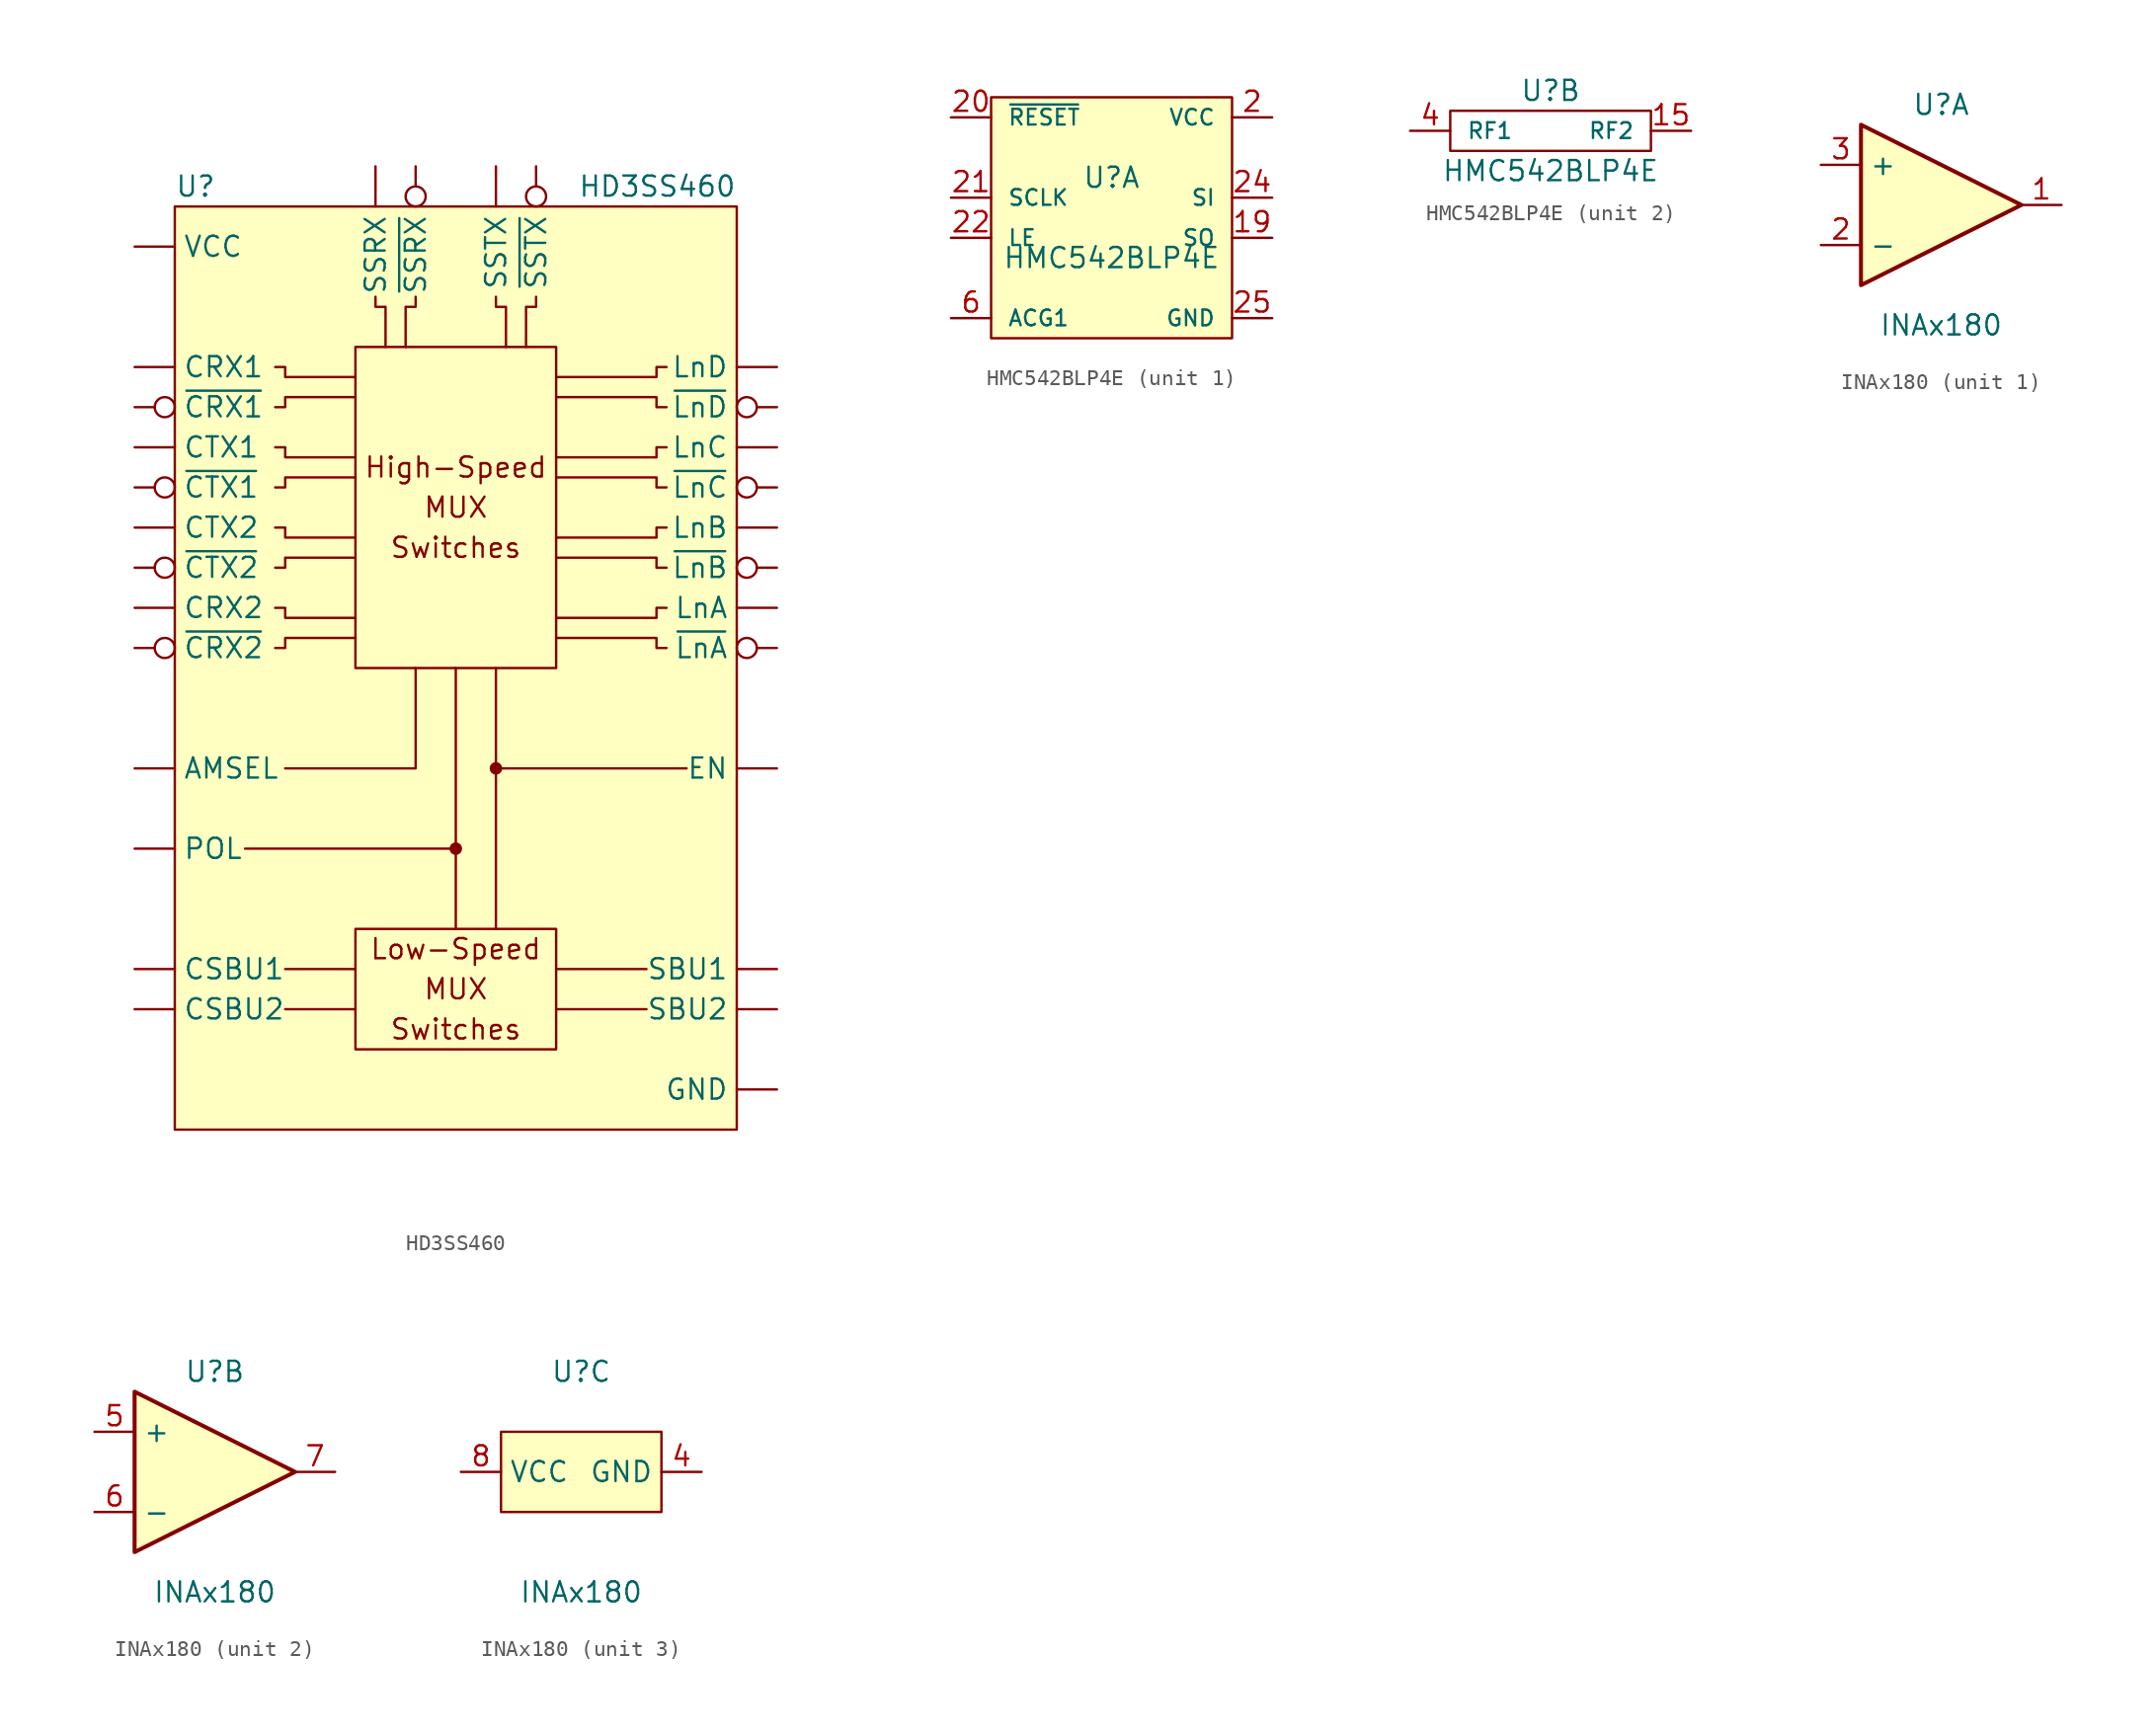
<source format=kicad_sym>
(kicad_symbol_lib
  (version 20211014)
  (generator kicad_symbol_editor)
  (symbol "HD3SS460"
    (pin_numbers hide)
    (property "Reference" "U"
      (at -17.78 29.21 0)
      (effects (font (size 1.27 1.27)) (justify left)))
    (property "Value" "HD3SS460"
      (at 17.78 29.21 0)
      (effects (font (size 1.27 1.27)) (justify right)))
    (symbol "HD3SS460_0_0"
      (rectangle (start -17.78 27.94) (end 17.78 -30.48) (stroke (width 0.152) (type default) (color 0 0 0 0)) (fill (type background)))
      (rectangle (start -6.35 -17.78) (end 6.35 -25.4) (stroke (width 0.152) (type default) (color 0 0 0 0)) (fill (type none)))
      (rectangle (start -6.35 19.05) (end 6.35 -1.27) (stroke (width 0.152) (type default) (color 0 0 0 0)) (fill (type none)))
      (circle (center 0 -12.7) (radius 0.0001) (stroke (width 0.4) (type default) (color 0 0 0 0)) (fill (type none)))
      (polyline (pts (xy -10.795 -22.86) (xy -6.35 -22.86)) (stroke (width 0.152) (type default) (color 0 0 0 0)) (fill (type none)))
      (polyline (pts (xy -10.795 -20.32) (xy -6.35 -20.32)) (stroke (width 0.152) (type default) (color 0 0 0 0)) (fill (type none)))
      (polyline (pts (xy 0 -12.7) (xy 0 -17.78)) (stroke (width 0.152) (type default) (color 0 0 0 0)) (fill (type none)))
      (polyline (pts (xy 2.54 -7.62) (xy 2.54 -17.78)) (stroke (width 0.152) (type default) (color 0 0 0 0)) (fill (type none)))
      (polyline (pts (xy 6.35 -20.32) (xy 12.065 -20.32)) (stroke (width 0.152) (type default) (color 0 0 0 0)) (fill (type none)))
      (polyline (pts (xy 12.065 -22.86) (xy 6.35 -22.86)) (stroke (width 0.152) (type default) (color 0 0 0 0)) (fill (type none)))
      (polyline (pts (xy -10.795 -7.62) (xy -2.54 -7.62) (xy -2.54 -1.27)) (stroke (width 0.152) (type default) (color 0 0 0 0)) (fill (type none)))
      (polyline (pts (xy 0 -1.27) (xy 0 -12.7) (xy -13.335 -12.7)) (stroke (width 0.152) (type default) (color 0 0 0 0)) (fill (type none)))
      (polyline (pts (xy 2.54 -1.27) (xy 2.54 -7.62) (xy 14.605 -7.62)) (stroke (width 0.152) (type default) (color 0 0 0 0)) (fill (type none)))
      (polyline (pts (xy -11.43 0) (xy -10.795 0) (xy -10.795 0.635) (xy -6.35 0.635)) (stroke (width 0.152) (type default) (color 0 0 0 0)) (fill (type none)))
      (polyline (pts (xy -11.43 2.54) (xy -10.795 2.54) (xy -10.795 1.905) (xy -6.35 1.905)) (stroke (width 0.152) (type default) (color 0 0 0 0)) (fill (type none)))
      (polyline (pts (xy -11.43 5.08) (xy -10.795 5.08) (xy -10.795 5.715) (xy -6.35 5.715)) (stroke (width 0.152) (type default) (color 0 0 0 0)) (fill (type none)))
      (polyline (pts (xy -11.43 7.62) (xy -10.795 7.62) (xy -10.795 6.985) (xy -6.35 6.985)) (stroke (width 0.152) (type default) (color 0 0 0 0)) (fill (type none)))
      (polyline (pts (xy -11.43 10.16) (xy -10.795 10.16) (xy -10.795 10.795) (xy -6.35 10.795)) (stroke (width 0.152) (type default) (color 0 0 0 0)) (fill (type none)))
      (polyline (pts (xy -11.43 12.7) (xy -10.795 12.7) (xy -10.795 12.065) (xy -6.35 12.065)) (stroke (width 0.152) (type default) (color 0 0 0 0)) (fill (type none)))
      (polyline (pts (xy -11.43 15.24) (xy -10.795 15.24) (xy -10.795 15.875) (xy -6.35 15.875)) (stroke (width 0.152) (type default) (color 0 0 0 0)) (fill (type none)))
      (polyline (pts (xy -11.43 17.78) (xy -10.795 17.78) (xy -10.795 17.145) (xy -6.35 17.145)) (stroke (width 0.152) (type default) (color 0 0 0 0)) (fill (type none)))
      (polyline (pts (xy -5.08 22.225) (xy -5.08 21.59) (xy -4.445 21.59) (xy -4.445 19.05)) (stroke (width 0.152) (type default) (color 0 0 0 0)) (fill (type none)))
      (polyline (pts (xy -2.54 22.225) (xy -2.54 21.59) (xy -3.175 21.59) (xy -3.175 19.05)) (stroke (width 0.152) (type default) (color 0 0 0 0)) (fill (type none)))
      (polyline (pts (xy 2.54 22.225) (xy 2.54 21.59) (xy 3.175 21.59) (xy 3.175 19.05)) (stroke (width 0.152) (type default) (color 0 0 0 0)) (fill (type none)))
      (polyline (pts (xy 5.08 22.225) (xy 5.08 21.59) (xy 4.445 21.59) (xy 4.445 19.05)) (stroke (width 0.152) (type default) (color 0 0 0 0)) (fill (type none)))
      (polyline (pts (xy 13.335 0) (xy 12.7 0) (xy 12.7 0.635) (xy 6.35 0.635)) (stroke (width 0.152) (type default) (color 0 0 0 0)) (fill (type none)))
      (polyline (pts (xy 13.335 2.54) (xy 12.7 2.54) (xy 12.7 1.905) (xy 6.35 1.905)) (stroke (width 0.152) (type default) (color 0 0 0 0)) (fill (type none)))
      (polyline (pts (xy 13.335 5.08) (xy 12.7 5.08) (xy 12.7 5.715) (xy 6.35 5.715)) (stroke (width 0.152) (type default) (color 0 0 0 0)) (fill (type none)))
      (polyline (pts (xy 13.335 7.62) (xy 12.7 7.62) (xy 12.7 6.985) (xy 6.35 6.985)) (stroke (width 0.152) (type default) (color 0 0 0 0)) (fill (type none)))
      (polyline (pts (xy 13.335 10.16) (xy 12.7 10.16) (xy 12.7 10.795) (xy 6.35 10.795)) (stroke (width 0.152) (type default) (color 0 0 0 0)) (fill (type none)))
      (polyline (pts (xy 13.335 12.7) (xy 12.7 12.7) (xy 12.7 12.065) (xy 6.35 12.065)) (stroke (width 0.152) (type default) (color 0 0 0 0)) (fill (type none)))
      (polyline (pts (xy 13.335 15.24) (xy 12.7 15.24) (xy 12.7 15.875) (xy 6.35 15.875)) (stroke (width 0.152) (type default) (color 0 0 0 0)) (fill (type none)))
      (polyline (pts (xy 13.335 17.78) (xy 12.7 17.78) (xy 12.7 17.145) (xy 6.35 17.145)) (stroke (width 0.152) (type default) (color 0 0 0 0)) (fill (type none)))
      (circle (center 2.54 -7.62) (radius 0.0001) (stroke (width 0.4) (type default) (color 0 0 0 0)) (fill (type none)))
      (text "High-Speed" (at 0 11.43 0) (effects (font (size 1.27 1.27))))
      (text "Low-Speed" (at 0 -19.05 0) (effects (font (size 1.27 1.27))))
      (text "MUX" (at 0 -21.59 0) (effects (font (size 1.27 1.27))))
      (text "MUX" (at 0 8.89 0) (effects (font (size 1.27 1.27))))
      (text "Switches" (at 0 -24.13 0) (effects (font (size 1.27 1.27))))
      (text "Switches" (at 0 6.35 0) (effects (font (size 1.27 1.27)))))
    (symbol "HD3SS460_1_1"
      (pin input line (at -20.32 17.78 0) (length 2.54) (name "CRX1" (effects (font (size 1.27 1.27)))) (number "1" (effects (font (size 1.27 1.27)))))
      (pin output inverted (at -20.32 0 0) (length 2.54) (name "~{CRX2}" (effects (font (size 1.27 1.27)))) (number "10" (effects (font (size 1.27 1.27)))))
      (pin bidirectional line (at -20.32 -20.32 0) (length 2.54) (name "CSBU1" (effects (font (size 1.27 1.27)))) (number "11" (effects (font (size 1.27 1.27)))))
      (pin bidirectional line (at -20.32 -22.86 0) (length 2.54) (name "CSBU2" (effects (font (size 1.27 1.27)))) (number "12" (effects (font (size 1.27 1.27)))))
      (pin bidirectional line (at 20.32 -20.32 180) (length 2.54) (name "SBU1" (effects (font (size 1.27 1.27)))) (number "13" (effects (font (size 1.27 1.27)))))
      (pin bidirectional line (at 20.32 -22.86 180) (length 2.54) (name "SBU2" (effects (font (size 1.27 1.27)))) (number "14" (effects (font (size 1.27 1.27)))))
      (pin passive inverted (at 20.32 0 180) (length 2.54) (name "~{LnA}" (effects (font (size 1.27 1.27)))) (number "15" (effects (font (size 1.27 1.27)))))
      (pin passive line (at 20.32 2.54 180) (length 2.54) (name "LnA" (effects (font (size 1.27 1.27)))) (number "16" (effects (font (size 1.27 1.27)))))
      (pin input line (at 20.32 -7.62 180) (length 2.54) (name "EN" (effects (font (size 1.27 1.27)))) (number "17" (effects (font (size 1.27 1.27)))))
      (pin passive inverted (at 20.32 5.08 180) (length 2.54) (name "~{LnB}" (effects (font (size 1.27 1.27)))) (number "18" (effects (font (size 1.27 1.27)))))
      (pin passive line (at 20.32 7.62 180) (length 2.54) (name "LnB" (effects (font (size 1.27 1.27)))) (number "19" (effects (font (size 1.27 1.27)))))
      (pin input inverted (at -20.32 15.24 0) (length 2.54) (name "~{CRX1}" (effects (font (size 1.27 1.27)))) (number "2" (effects (font (size 1.27 1.27)))))
      (pin passive inverted (at 20.32 10.16 180) (length 2.54) (name "~{LnC}" (effects (font (size 1.27 1.27)))) (number "20" (effects (font (size 1.27 1.27)))))
      (pin passive line (at 20.32 12.7 180) (length 2.54) (name "LnC" (effects (font (size 1.27 1.27)))) (number "21" (effects (font (size 1.27 1.27)))))
      (pin power_in line (at -20.32 25.4 0) (length 2.54) (name "VCC" (effects (font (size 1.27 1.27)))) (number "22" (effects (font (size 1.27 1.27)))))
      (pin passive inverted (at 20.32 15.24 180) (length 2.54) (name "~{LnD}" (effects (font (size 1.27 1.27)))) (number "23" (effects (font (size 1.27 1.27)))))
      (pin passive line (at 20.32 17.78 180) (length 2.54) (name "LnD" (effects (font (size 1.27 1.27)))) (number "24" (effects (font (size 1.27 1.27)))))
      (pin input inverted (at 5.08 30.48 270) (length 2.54) (name "~{SSTX}" (effects (font (size 1.27 1.27)))) (number "25" (effects (font (size 1.27 1.27)))))
      (pin input line (at 2.54 30.48 270) (length 2.54) (name "SSTX" (effects (font (size 1.27 1.27)))) (number "26" (effects (font (size 1.27 1.27)))))
      (pin output inverted (at -2.54 30.48 270) (length 2.54) (name "~{SSRX}" (effects (font (size 1.27 1.27)))) (number "27" (effects (font (size 1.27 1.27)))))
      (pin output line (at -5.08 30.48 270) (length 2.54) (name "SSRX" (effects (font (size 1.27 1.27)))) (number "28" (effects (font (size 1.27 1.27)))))
      (pin power_in line (at 20.32 -27.94 180) (length 2.54) (name "GND" (effects (font (size 1.27 1.27)))) (number "29" (effects (font (size 1.27 1.27)))))
      (pin input line (at -20.32 -12.7 0) (length 2.54) (name "POL" (effects (font (size 1.27 1.27)))) (number "3" (effects (font (size 1.27 1.27)))))
      (pin output line (at -20.32 12.7 0) (length 2.54) (name "CTX1" (effects (font (size 1.27 1.27)))) (number "4" (effects (font (size 1.27 1.27)))))
      (pin output inverted (at -20.32 10.16 0) (length 2.54) (name "~{CTX1}" (effects (font (size 1.27 1.27)))) (number "5" (effects (font (size 1.27 1.27)))))
      (pin output line (at -20.32 7.62 0) (length 2.54) (name "CTX2" (effects (font (size 1.27 1.27)))) (number "6" (effects (font (size 1.27 1.27)))))
      (pin output inverted (at -20.32 5.08 0) (length 2.54) (name "~{CTX2}" (effects (font (size 1.27 1.27)))) (number "7" (effects (font (size 1.27 1.27)))))
      (pin input line (at -20.32 -7.62 0) (length 2.54) (name "AMSEL" (effects (font (size 1.27 1.27)))) (number "8" (effects (font (size 1.27 1.27)))))
      (pin output line (at -20.32 2.54 0) (length 2.54) (name "CRX2" (effects (font (size 1.27 1.27)))) (number "9" (effects (font (size 1.27 1.27)))))))
  (symbol "HMC542BLP4E"
    (pin_names
      (offset 1.016))
    (property "Reference" "U"
      (at 0 2.54 0)
      (effects (font (size 1.27 1.27))))
    (property "Value" "HMC542BLP4E"
      (at 0 -2.54 0)
      (effects (font (size 1.27 1.27))))
    (property "ki_locked" ""
      (at 0 0 0)
      (effects (font (size 1.27 1.27))))
    (symbol "HMC542BLP4E_1_1"
      (rectangle (start 7.62 7.62) (end -7.62 -7.62) (stroke (width 0) (type default) (color 0 0 0 0)) (fill (type background)))
      (pin passive line (at 10.16 -6.35 180) (length 2.54) hide (name "GND" (effects (font (size 0.991 0.991)))) (number "1" (effects (font (size 1.27 1.27)))))
      (pin passive line (at -10.16 -6.35 0) (length 2.54) hide (name "ACG5" (effects (font (size 0.991 0.991)))) (number "10" (effects (font (size 1.27 1.27)))))
      (pin passive line (at -10.16 -6.35 0) (length 2.54) hide (name "ACG6" (effects (font (size 0.991 0.991)))) (number "11" (effects (font (size 1.27 1.27)))))
      (pin passive line (at 10.16 -6.35 180) (length 2.54) hide (name "GND" (effects (font (size 0.991 0.991)))) (number "12" (effects (font (size 1.27 1.27)))))
      (pin passive line (at -10.16 -6.35 0) (length 2.54) hide (name "ACG7" (effects (font (size 0.991 0.991)))) (number "13" (effects (font (size 1.27 1.27)))))
      (pin passive line (at 10.16 -6.35 180) (length 2.54) hide (name "GND" (effects (font (size 0.991 0.991)))) (number "14" (effects (font (size 1.27 1.27)))))
      (pin passive line (at 10.16 -6.35 180) (length 2.54) hide (name "GND" (effects (font (size 0.991 0.991)))) (number "16" (effects (font (size 1.27 1.27)))))
      (pin passive line (at 10.16 -6.35 180) (length 2.54) hide (name "GND" (effects (font (size 0.991 0.991)))) (number "17" (effects (font (size 1.27 1.27)))))
      (pin passive line (at 10.16 -6.35 180) (length 2.54) hide (name "GND" (effects (font (size 0.991 0.991)))) (number "18" (effects (font (size 1.27 1.27)))))
      (pin output line (at 10.16 -1.27 180) (length 2.54) (name "SO" (effects (font (size 0.991 0.991)))) (number "19" (effects (font (size 1.27 1.27)))))
      (pin power_in line (at 10.16 6.35 180) (length 2.54) (name "VCC" (effects (font (size 0.991 0.991)))) (number "2" (effects (font (size 1.27 1.27)))))
      (pin input line (at -10.16 6.35 0) (length 2.54) (name "~{RESET}" (effects (font (size 0.991 0.991)))) (number "20" (effects (font (size 1.27 1.27)))))
      (pin input line (at -10.16 1.27 0) (length 2.54) (name "SCLK" (effects (font (size 0.991 0.991)))) (number "21" (effects (font (size 1.27 1.27)))))
      (pin input line (at -10.16 -1.27 0) (length 2.54) (name "LE" (effects (font (size 0.991 0.991)))) (number "22" (effects (font (size 1.27 1.27)))))
      (pin passive line (at 10.16 -6.35 180) (length 2.54) hide (name "GND" (effects (font (size 0.991 0.991)))) (number "23" (effects (font (size 1.27 1.27)))))
      (pin input line (at 10.16 1.27 180) (length 2.54) (name "SI" (effects (font (size 0.991 0.991)))) (number "24" (effects (font (size 1.27 1.27)))))
      (pin passive line (at 10.16 -6.35 180) (length 2.54) (name "GND" (effects (font (size 0.991 0.991)))) (number "25" (effects (font (size 1.27 1.27)))))
      (pin passive line (at 10.16 -6.35 180) (length 2.54) hide (name "GND" (effects (font (size 0.991 0.991)))) (number "3" (effects (font (size 1.27 1.27)))))
      (pin passive line (at 10.16 -6.35 180) (length 2.54) hide (name "GND" (effects (font (size 0.991 0.991)))) (number "5" (effects (font (size 1.27 1.27)))))
      (pin passive line (at -10.16 -6.35 0) (length 2.54) (name "ACG1" (effects (font (size 0.991 0.991)))) (number "6" (effects (font (size 1.27 1.27)))))
      (pin passive line (at -10.16 -6.35 0) (length 2.54) hide (name "ACG2" (effects (font (size 0.991 0.991)))) (number "7" (effects (font (size 1.27 1.27)))))
      (pin passive line (at -10.16 -6.35 0) (length 2.54) hide (name "ACG3" (effects (font (size 0.991 0.991)))) (number "8" (effects (font (size 1.27 1.27)))))
      (pin passive line (at -10.16 -6.35 0) (length 2.54) hide (name "ACG4" (effects (font (size 0.991 0.991)))) (number "9" (effects (font (size 1.27 1.27))))))
    (symbol "HMC542BLP4E_2_1"
      (rectangle (start -6.35 1.27) (end 6.35 -1.27) (stroke (width 0) (type default) (color 0 0 0 0)) (fill (type none)))
      (pin passive line (at 8.89 0 180) (length 2.54) (name "RF2" (effects (font (size 0.991 0.991)))) (number "15" (effects (font (size 1.27 1.27)))))
      (pin passive line (at -8.89 0 0) (length 2.54) (name "RF1" (effects (font (size 0.991 0.991)))) (number "4" (effects (font (size 1.27 1.27)))))))
  (symbol "INAx180"
    (property "Reference" "U"
      (at 0 6.35 0)
      (effects (font (size 1.27 1.27))))
    (property "Value" "INAx180"
      (at 0 -7.62 0)
      (effects (font (size 1.27 1.27))))
    (property "ki_locked" ""
      (at 0 0 0)
      (effects (font (size 1.27 1.27))))
    (symbol "INAx180_1_1"
      (polyline (pts (xy -5.08 5.08) (xy 5.08 0) (xy -5.08 -5.08) (xy -5.08 5.08)) (stroke (width 0.254) (type default) (color 0 0 0 0)) (fill (type background)))
      (pin output line (at 7.62 0 180) (length 2.54) (name "~" (effects (font (size 1.27 1.27)))) (number "1" (effects (font (size 1.27 1.27)))))
      (pin input line (at -7.62 -2.54 0) (length 2.54) (name "-" (effects (font (size 1.27 1.27)))) (number "2" (effects (font (size 1.27 1.27)))))
      (pin input line (at -7.62 2.54 0) (length 2.54) (name "+" (effects (font (size 1.27 1.27)))) (number "3" (effects (font (size 1.27 1.27))))))
    (symbol "INAx180_2_1"
      (polyline (pts (xy -5.08 5.08) (xy 5.08 0) (xy -5.08 -5.08) (xy -5.08 5.08)) (stroke (width 0.254) (type default) (color 0 0 0 0)) (fill (type background)))
      (pin input line (at -7.62 2.54 0) (length 2.54) (name "+" (effects (font (size 1.27 1.27)))) (number "5" (effects (font (size 1.27 1.27)))))
      (pin input line (at -7.62 -2.54 0) (length 2.54) (name "-" (effects (font (size 1.27 1.27)))) (number "6" (effects (font (size 1.27 1.27)))))
      (pin output line (at 7.62 0 180) (length 2.54) (name "~" (effects (font (size 1.27 1.27)))) (number "7" (effects (font (size 1.27 1.27))))))
    (symbol "INAx180_3_1"
      (rectangle (start -5.08 2.54) (end 5.08 -2.54) (stroke (width 0.152) (type default) (color 0 0 0 0)) (fill (type background)))
      (pin power_in line (at 7.62 0 180) (length 2.54) (name "GND" (effects (font (size 1.27 1.27)))) (number "4" (effects (font (size 1.27 1.27)))))
      (pin power_in line (at -7.62 0 0) (length 2.54) (name "VCC" (effects (font (size 1.27 1.27)))) (number "8" (effects (font (size 1.27 1.27)))))
      (pin passive line (at 7.62 0 180) (length 2.54) hide (name "GND" (effects (font (size 1.27 1.27)))) (number "9" (effects (font (size 1.27 1.27))))))))
</source>
